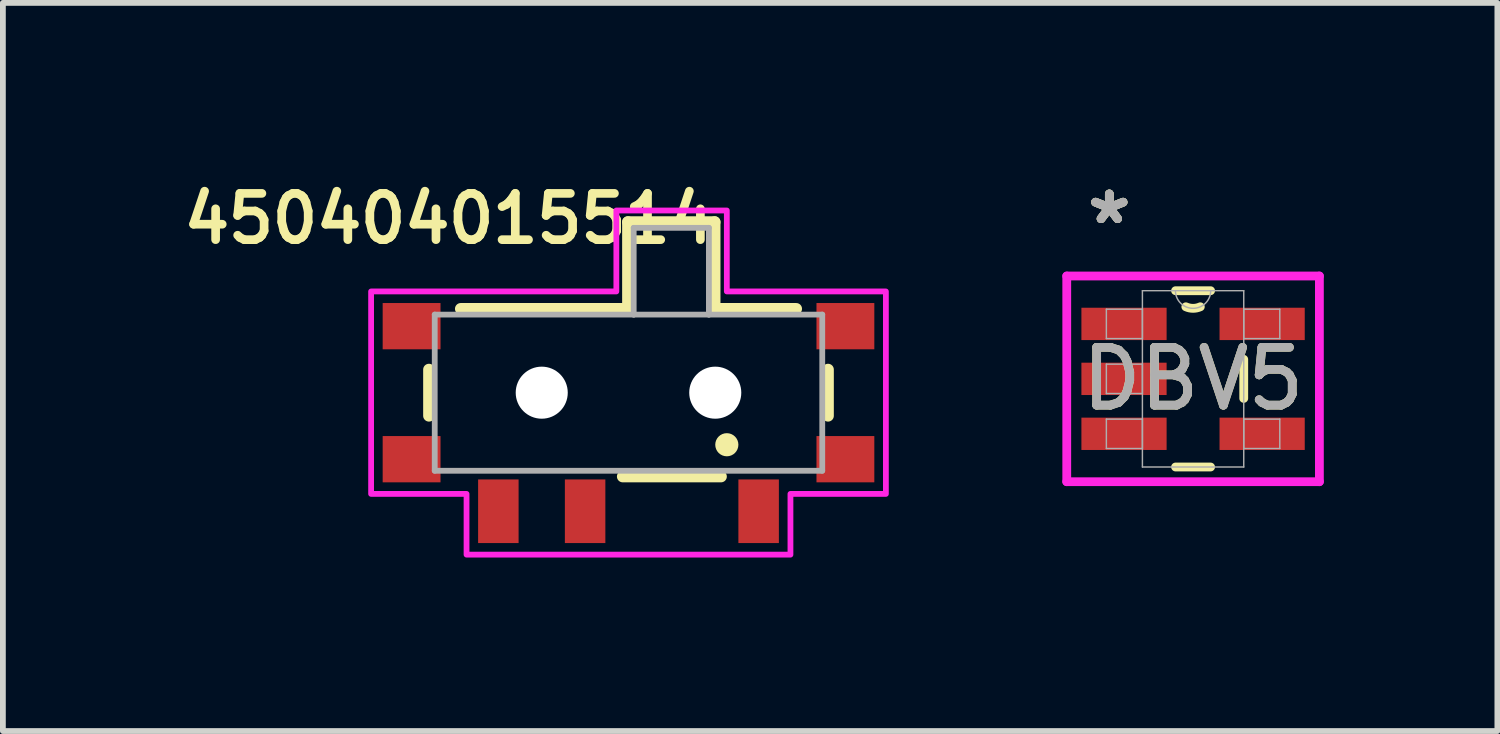
<source format=kicad_pcb>
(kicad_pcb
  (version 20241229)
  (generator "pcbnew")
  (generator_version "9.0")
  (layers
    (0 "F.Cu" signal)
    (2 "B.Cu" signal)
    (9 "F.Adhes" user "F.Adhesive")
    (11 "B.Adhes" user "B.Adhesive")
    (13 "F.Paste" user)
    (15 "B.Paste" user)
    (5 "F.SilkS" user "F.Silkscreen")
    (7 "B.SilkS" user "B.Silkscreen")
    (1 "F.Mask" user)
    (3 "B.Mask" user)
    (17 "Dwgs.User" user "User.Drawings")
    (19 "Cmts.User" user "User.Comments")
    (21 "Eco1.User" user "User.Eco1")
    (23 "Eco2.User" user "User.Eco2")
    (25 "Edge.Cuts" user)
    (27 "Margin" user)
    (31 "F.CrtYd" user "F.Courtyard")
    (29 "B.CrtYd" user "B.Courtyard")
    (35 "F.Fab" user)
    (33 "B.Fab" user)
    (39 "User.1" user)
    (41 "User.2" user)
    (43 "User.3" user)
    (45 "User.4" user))
  (footprint "450404015514"
    (layer "F.Cu")
    (at 7.816 3.739)
    (property "Reference" "450404015514" (at -3.1 -3.008 0) (layer "F.SilkS") (effects (font (size 0.8 0.8) (thickness 0.15))))
    (attr smd)
    (fp_line (start -3.45 -0.4) (end -3.45 0.4) (stroke (width 0.2) (type solid)) (layer "F.SilkS"))
    (fp_line (start -2.9 -1.45) (end -0.01 -1.45) (stroke (width 0.2) (type solid)) (layer "F.SilkS"))
    (fp_line (start -0.1 1.45) (end 1.6 1.45) (stroke (width 0.2) (type solid)) (layer "F.SilkS"))
    (fp_line (start -0.01 -2.95) (end 1.49 -2.95) (stroke (width 0.2) (type solid)) (layer "F.SilkS"))
    (fp_line (start -0.01 -1.45) (end -0.01 -2.95) (stroke (width 0.2) (type solid)) (layer "F.SilkS"))
    (fp_line (start 1.49 -2.95) (end 1.49 -1.45) (stroke (width 0.2) (type solid)) (layer "F.SilkS"))
    (fp_line (start 1.49 -1.45) (end 2.9 -1.45) (stroke (width 0.2) (type solid)) (layer "F.SilkS"))
    (fp_line (start 3.45 0.4) (end 3.45 -0.4) (stroke (width 0.2) (type solid)) (layer "F.SilkS"))
    (fp_circle (center 1.7 0.9) (end 1.8 0.9) (stroke (width 0.2) (type solid)) (fill no) (layer "F.SilkS"))
    (fp_poly (pts (xy -0.21 -3.15) (xy 1.7 -3.15) (xy 1.7 -1.75) (xy 4.45 -1.75) (xy 4.45 1.75) (xy 2.8 1.75) (xy 2.8 2.8) (xy -2.8 2.8) (xy -2.8 1.75) (xy -4.45 1.75) (xy -4.45 -1.75) (xy -0.21 -1.75)) (stroke (width 0.1) (type solid)) (fill no) (layer "F.CrtYd"))
    (fp_line (start -3.35 -1.35) (end 0.09 -1.35) (stroke (width 0.1) (type solid)) (layer "F.Fab"))
    (fp_line (start -3.35 1.35) (end -3.35 -1.35) (stroke (width 0.1) (type solid)) (layer "F.Fab"))
    (fp_line (start 0.09 -2.85) (end 1.39 -2.85) (stroke (width 0.1) (type solid)) (layer "F.Fab"))
    (fp_line (start 0.09 -1.35) (end 0.09 -2.85) (stroke (width 0.1) (type solid)) (layer "F.Fab"))
    (fp_line (start 0.09 -1.35) (end 1.39 -1.35) (stroke (width 0.1) (type solid)) (layer "F.Fab"))
    (fp_line (start 1.39 -2.85) (end 1.39 -1.35) (stroke (width 0.1) (type solid)) (layer "F.Fab"))
    (fp_line (start 1.39 -1.35) (end 3.35 -1.35) (stroke (width 0.1) (type solid)) (layer "F.Fab"))
    (fp_line (start 3.35 -1.35) (end 3.35 1.35) (stroke (width 0.1) (type solid)) (layer "F.Fab"))
    (fp_line (start 3.35 1.35) (end -3.35 1.35) (stroke (width 0.1) (type solid)) (layer "F.Fab"))
    (pad "" np_thru_hole circle (at -1.5 0) (size 0.9 0.9) (drill 0.9) (layers "*.Cu" "*.Mask"))
    (pad "" np_thru_hole circle (at 1.5 0) (size 0.9 0.9) (drill 0.9) (layers "*.Cu" "*.Mask"))
    (pad "1" smd rect (at 2.25 2.05) (size 0.7 1.1) (layers "F.Cu" "F.Mask" "F.Paste"))
    (pad "2" smd rect (at -0.75 2.05) (size 0.7 1.1) (layers "F.Cu" "F.Mask" "F.Paste"))
    (pad "3" smd rect (at -2.25 2.05) (size 0.7 1.1) (layers "F.Cu" "F.Mask" "F.Paste"))
    (pad "Z1" smd rect (at -3.75 -1.15) (size 1 0.8) (layers "F.Cu" "F.Mask" "F.Paste"))
    (pad "Z2" smd rect (at 3.75 -1.15) (size 1 0.8) (layers "F.Cu" "F.Mask" "F.Paste"))
    (pad "Z3" smd rect (at 3.75 1.15) (size 1 0.8) (layers "F.Cu" "F.Mask" "F.Paste"))
    (pad "Z4" smd rect (at -3.75 1.15) (size 1 0.8) (layers "F.Cu" "F.Mask" "F.Paste")))
  (footprint "DBV5"
    (layer "F.Cu")
    (at 17.577 3.5)
    (property "Reference" "DBV5" (at 0 0 0) (unlocked yes) (layer "F.SilkS") (effects (font (size 1 1) (thickness 0.15))))
    (attr smd)
    (fp_line (start -0.303 1.524) (end 0.303 1.524) (stroke (width 0.152) (type solid)) (layer "F.SilkS"))
    (fp_line (start 0.303 -1.524) (end -0.303 -1.524) (stroke (width 0.152) (type solid)) (layer "F.SilkS"))
    (fp_line (start 0.876 0.338) (end 0.876 -0.338) (stroke (width 0.152) (type solid)) (layer "F.SilkS"))
    (fp_arc (start 0.124872 -1.245953) (mid 0 -1.2192) (end -0.124872 -1.245953) (stroke (width 0.1524) (type solid)) (layer "F.SilkS"))
    (fp_line (start -2.184 -1.778) (end 2.184 -1.778) (stroke (width 0.152) (type solid)) (layer "F.CrtYd"))
    (fp_line (start -2.184 1.778) (end -2.184 -1.778) (stroke (width 0.152) (type solid)) (layer "F.CrtYd"))
    (fp_line (start 2.184 -1.778) (end 2.184 1.778) (stroke (width 0.152) (type solid)) (layer "F.CrtYd"))
    (fp_line (start 2.184 1.778) (end -2.184 1.778) (stroke (width 0.152) (type solid)) (layer "F.CrtYd"))
    (fp_line (start -1.499 -1.204) (end -1.499 -0.696) (stroke (width 0.025) (type solid)) (layer "F.Fab"))
    (fp_line (start -1.499 -0.696) (end -0.876 -0.696) (stroke (width 0.025) (type solid)) (layer "F.Fab"))
    (fp_line (start -1.499 -0.254) (end -1.499 0.254) (stroke (width 0.025) (type solid)) (layer "F.Fab"))
    (fp_line (start -1.499 0.254) (end -0.876 0.254) (stroke (width 0.025) (type solid)) (layer "F.Fab"))
    (fp_line (start -1.499 0.696) (end -1.499 1.204) (stroke (width 0.025) (type solid)) (layer "F.Fab"))
    (fp_line (start -1.499 1.204) (end -0.876 1.204) (stroke (width 0.025) (type solid)) (layer "F.Fab"))
    (fp_line (start -0.876 -1.524) (end -0.876 1.524) (stroke (width 0.025) (type solid)) (layer "F.Fab"))
    (fp_line (start -0.876 -1.204) (end -1.499 -1.204) (stroke (width 0.025) (type solid)) (layer "F.Fab"))
    (fp_line (start -0.876 -0.696) (end -0.876 -1.204) (stroke (width 0.025) (type solid)) (layer "F.Fab"))
    (fp_line (start -0.876 -0.254) (end -1.499 -0.254) (stroke (width 0.025) (type solid)) (layer "F.Fab"))
    (fp_line (start -0.876 0.254) (end -0.876 -0.254) (stroke (width 0.025) (type solid)) (layer "F.Fab"))
    (fp_line (start -0.876 0.696) (end -1.499 0.696) (stroke (width 0.025) (type solid)) (layer "F.Fab"))
    (fp_line (start -0.876 1.204) (end -0.876 0.696) (stroke (width 0.025) (type solid)) (layer "F.Fab"))
    (fp_line (start -0.876 1.524) (end 0.876 1.524) (stroke (width 0.025) (type solid)) (layer "F.Fab"))
    (fp_line (start 0.876 -1.524) (end -0.876 -1.524) (stroke (width 0.025) (type solid)) (layer "F.Fab"))
    (fp_line (start 0.876 -1.204) (end 0.876 -0.696) (stroke (width 0.025) (type solid)) (layer "F.Fab"))
    (fp_line (start 0.876 -0.696) (end 1.499 -0.696) (stroke (width 0.025) (type solid)) (layer "F.Fab"))
    (fp_line (start 0.876 0.696) (end 0.876 1.204) (stroke (width 0.025) (type solid)) (layer "F.Fab"))
    (fp_line (start 0.876 1.204) (end 1.499 1.204) (stroke (width 0.025) (type solid)) (layer "F.Fab"))
    (fp_line (start 0.876 1.524) (end 0.876 -1.524) (stroke (width 0.025) (type solid)) (layer "F.Fab"))
    (fp_line (start 1.499 -1.204) (end 0.876 -1.204) (stroke (width 0.025) (type solid)) (layer "F.Fab"))
    (fp_line (start 1.499 -0.696) (end 1.499 -1.204) (stroke (width 0.025) (type solid)) (layer "F.Fab"))
    (fp_line (start 1.499 0.696) (end 0.876 0.696) (stroke (width 0.025) (type solid)) (layer "F.Fab"))
    (fp_line (start 1.499 1.204) (end 1.499 0.696) (stroke (width 0.025) (type solid)) (layer "F.Fab"))
    (fp_arc (start 0.3048 -1.524) (mid 0 -1.2192) (end -0.3048 -1.524) (stroke (width 0.0254) (type solid)) (layer "F.Fab"))
    (fp_text user "*" (at -1.448 -2.652 0) (layer "F.SilkS") (effects (font (size 1 1) (thickness 0.15))))
    (fp_text user "*" (at -1.448 -2.652 0) (unlocked yes) (layer "F.SilkS") (effects (font (size 1 1) (thickness 0.15))))
    (fp_text user "*" (at -1.448 -2.652 0) (layer "F.Fab") (effects (font (size 1 1) (thickness 0.15))))
    (fp_text user "*" (at -1.448 -2.652 0) (unlocked yes) (layer "F.Fab") (effects (font (size 1 1) (thickness 0.15))))
    (fp_text user "${REFERENCE}" (at 0 0 0) (unlocked yes) (layer "F.Fab") (effects (font (size 1 1) (thickness 0.15))))
    (pad "1" smd rect (at -1.194 -0.95) (size 1.473 0.559) (layers "F.Cu" "F.Mask" "F.Paste"))
    (pad "2" smd rect (at -1.194 0) (size 1.473 0.559) (layers "F.Cu" "F.Mask" "F.Paste"))
    (pad "3" smd rect (at -1.194 0.95) (size 1.473 0.559) (layers "F.Cu" "F.Mask" "F.Paste"))
    (pad "4" smd rect (at 1.194 0.95) (size 1.473 0.559) (layers "F.Cu" "F.Mask" "F.Paste"))
    (pad "5" smd rect (at 1.194 -0.95) (size 1.473 0.559) (layers "F.Cu" "F.Mask" "F.Paste")))
  (gr_rect
    (start -3 -3)
    (end 22.838 9.589)
    (stroke (width 0.1) (type default))
    (fill no)
    (layer "Edge.Cuts")))
</source>
